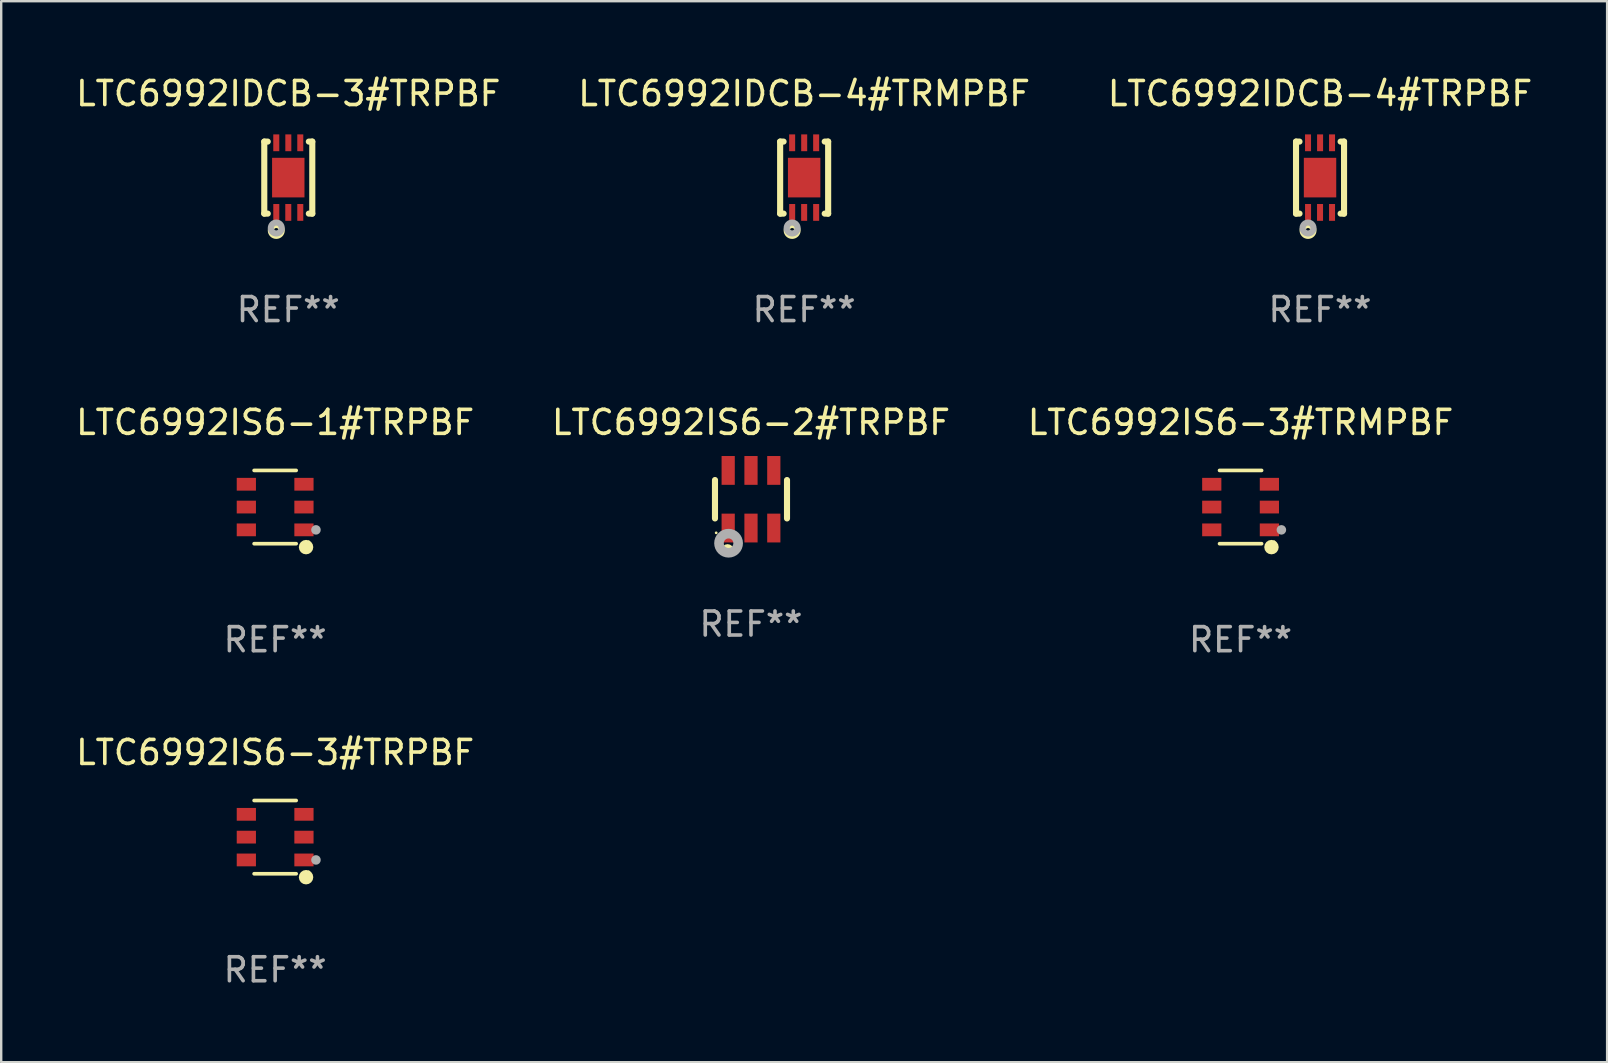
<source format=kicad_pcb>
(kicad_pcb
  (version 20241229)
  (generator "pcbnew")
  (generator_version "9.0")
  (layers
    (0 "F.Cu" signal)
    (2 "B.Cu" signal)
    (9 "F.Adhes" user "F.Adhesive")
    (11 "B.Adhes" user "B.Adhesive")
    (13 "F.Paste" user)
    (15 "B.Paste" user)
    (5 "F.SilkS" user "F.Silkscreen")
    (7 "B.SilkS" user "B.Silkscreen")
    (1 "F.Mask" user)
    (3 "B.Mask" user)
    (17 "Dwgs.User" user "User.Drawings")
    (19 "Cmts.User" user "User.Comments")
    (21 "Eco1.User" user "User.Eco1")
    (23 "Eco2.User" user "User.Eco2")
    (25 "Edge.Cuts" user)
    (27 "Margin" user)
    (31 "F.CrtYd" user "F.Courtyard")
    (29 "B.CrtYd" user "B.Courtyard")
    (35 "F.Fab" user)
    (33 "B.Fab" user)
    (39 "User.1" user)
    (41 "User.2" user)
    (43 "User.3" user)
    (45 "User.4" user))
  (footprint "LTC6992IS6-2#TRPBF"
    (layer "F.Cu")
    (at 28.232 17.745)
    (property "Reference" "LTC6992IS6-2#TRPBF" (at 0 -3.2 0) (layer "F.SilkS") (effects (font (size 1 1) (thickness 0.15))))
    (attr through_hole)
    (fp_line (start -1.5 0.8) (end -1.5 -0.8) (stroke (width 0.254) (type solid)) (layer "F.SilkS"))
    (fp_line (start 1.5 -0.8) (end 1.5 0.8) (stroke (width 0.254) (type solid)) (layer "F.SilkS"))
    (fp_circle (center -1.45 1.4) (end -1.42 1.4) (stroke (width 0.06) (type solid)) (fill no) (layer "F.SilkS"))
    (fp_circle (center -0.975 2.125) (end -0.848 2.125) (stroke (width 0.254) (type solid)) (fill no) (layer "F.SilkS"))
    (fp_circle (center -0.934 1.832) (end -0.735 1.832) (stroke (width 0.4) (type solid)) (fill no) (layer "F.Fab"))
    (fp_text user "REF**" (at 0 5.2 0) (layer "F.Fab") (effects (font (size 1 1) (thickness 0.15))))
    (pad "1" smd rect (at -0.95 1.2) (size 0.55 1.2) (layers "F.Cu" "F.Mask" "F.Paste"))
    (pad "2" smd rect (at 0 1.2) (size 0.55 1.2) (layers "F.Cu" "F.Mask" "F.Paste"))
    (pad "3" smd rect (at 0.95 1.2) (size 0.55 1.2) (layers "F.Cu" "F.Mask" "F.Paste"))
    (pad "4" smd rect (at 0.95 -1.2) (size 0.55 1.2) (layers "F.Cu" "F.Mask" "F.Paste"))
    (pad "5" smd rect (at 0 -1.2) (size 0.55 1.2) (layers "F.Cu" "F.Mask" "F.Paste"))
    (pad "6" smd rect (at -0.95 -1.2) (size 0.55 1.2) (layers "F.Cu" "F.Mask" "F.Paste")))
  (footprint "LTC6992IDCB-4#TRMPBF"
    (layer "F.Cu")
    (at 30.446 4.348)
    (property "Reference" "LTC6992IDCB-4#TRMPBF" (at 0 -3.5 0) (layer "F.SilkS") (effects (font (size 1 1) (thickness 0.15))))
    (attr through_hole)
    (fp_line (start -1 1.5) (end -1 -1.5) (stroke (width 0.254) (type solid)) (layer "F.SilkS"))
    (fp_line (start -0.856 -1.5) (end -1 -1.5) (stroke (width 0.254) (type solid)) (layer "F.SilkS"))
    (fp_line (start -0.855 1.5) (end -1 1.5) (stroke (width 0.254) (type solid)) (layer "F.SilkS"))
    (fp_line (start 1 -1.5) (end 0.856 -1.5) (stroke (width 0.254) (type solid)) (layer "F.SilkS"))
    (fp_line (start 1 1.5) (end 0.856 1.5) (stroke (width 0.254) (type solid)) (layer "F.SilkS"))
    (fp_line (start 1 1.5) (end 1 -1.5) (stroke (width 0.254) (type solid)) (layer "F.SilkS"))
    (fp_circle (center -1 1.5) (end -0.97 1.5) (stroke (width 0.06) (type solid)) (fill no) (layer "F.SilkS"))
    (fp_circle (center -0.5 2.2) (end -0.4 2.2) (stroke (width 0.254) (type solid)) (fill no) (layer "F.SilkS"))
    (fp_circle (center -0.5 2.1) (end -0.4 2.1) (stroke (width 0.254) (type solid)) (fill no) (layer "F.Fab"))
    (fp_text user "REF**" (at 0 5.5 0) (layer "F.Fab") (effects (font (size 1 1) (thickness 0.15))))
    (pad "1" smd rect (at -0.499 1.45 180) (size 0.25 0.7) (layers "F.Cu" "F.Mask" "F.Paste"))
    (pad "2" smd rect (at 0.000025 1.45 180) (size 0.25 0.7) (layers "F.Cu" "F.Mask" "F.Paste"))
    (pad "3" smd rect (at 0.5 1.45 180) (size 0.25 0.7) (layers "F.Cu" "F.Mask" "F.Paste"))
    (pad "4" smd rect (at 0.5 -1.45 180) (size 0.25 0.7) (layers "F.Cu" "F.Mask" "F.Paste"))
    (pad "5" smd rect (at 0.002 -1.45 180) (size 0.25 0.7) (layers "F.Cu" "F.Mask" "F.Paste"))
    (pad "6" smd rect (at -0.5 -1.45 180) (size 0.25 0.7) (layers "F.Cu" "F.Mask" "F.Paste"))
    (pad "7" smd rect (at 0.000025 0.000038 180) (size 1.35 1.65) (layers "F.Cu" "F.Mask" "F.Paste")))
  (footprint "LTC6992IS6-3#TRPBF"
    (layer "F.Cu")
    (at 8.411 31.82)
    (property "Reference" "LTC6992IS6-3#TRPBF" (at 0 -3.526 0) (layer "F.SilkS") (effects (font (size 1 1) (thickness 0.15))))
    (attr through_hole)
    (fp_line (start 0.876 -1.526) (end -0.876 -1.526) (stroke (width 0.152) (type solid)) (layer "F.SilkS"))
    (fp_line (start 0.876 1.526) (end -0.876 1.526) (stroke (width 0.152) (type solid)) (layer "F.SilkS"))
    (fp_circle (center 1.287 1.669) (end 1.438 1.669) (stroke (width 0.3) (type solid)) (fill no) (layer "F.SilkS"))
    (fp_circle (center 1.4 1.45) (end 1.43 1.45) (stroke (width 0.06) (type solid)) (fill no) (layer "F.SilkS"))
    (fp_circle (center 1.7 0.95) (end 1.8 0.95) (stroke (width 0.2) (type solid)) (fill no) (layer "F.Fab"))
    (fp_text user "REF**" (at 0 5.526 0) (layer "F.Fab") (effects (font (size 1 1) (thickness 0.15))))
    (pad "1" smd rect (at 1.2 0.95) (size 0.8 0.532) (layers "F.Cu" "F.Mask" "F.Paste"))
    (pad "2" smd rect (at 1.2 0) (size 0.8 0.532) (layers "F.Cu" "F.Mask" "F.Paste"))
    (pad "3" smd rect (at 1.2 -0.95) (size 0.8 0.532) (layers "F.Cu" "F.Mask" "F.Paste"))
    (pad "4" smd rect (at -1.2 -0.95) (size 0.8 0.532) (layers "F.Cu" "F.Mask" "F.Paste"))
    (pad "5" smd rect (at -1.2 0) (size 0.8 0.532) (layers "F.Cu" "F.Mask" "F.Paste"))
    (pad "6" smd rect (at -1.2 0.95) (size 0.8 0.532) (layers "F.Cu" "F.Mask" "F.Paste")))
  (footprint "LTC6992IS6-1#TRPBF"
    (layer "F.Cu")
    (at 8.411 18.071)
    (property "Reference" "LTC6992IS6-1#TRPBF" (at 0 -3.526 0) (layer "F.SilkS") (effects (font (size 1 1) (thickness 0.15))))
    (attr through_hole)
    (fp_line (start 0.876 -1.526) (end -0.876 -1.526) (stroke (width 0.152) (type solid)) (layer "F.SilkS"))
    (fp_line (start 0.876 1.526) (end -0.876 1.526) (stroke (width 0.152) (type solid)) (layer "F.SilkS"))
    (fp_circle (center 1.287 1.669) (end 1.438 1.669) (stroke (width 0.3) (type solid)) (fill no) (layer "F.SilkS"))
    (fp_circle (center 1.4 1.45) (end 1.43 1.45) (stroke (width 0.06) (type solid)) (fill no) (layer "F.SilkS"))
    (fp_circle (center 1.7 0.95) (end 1.8 0.95) (stroke (width 0.2) (type solid)) (fill no) (layer "F.Fab"))
    (fp_text user "REF**" (at 0 5.526 0) (layer "F.Fab") (effects (font (size 1 1) (thickness 0.15))))
    (pad "1" smd rect (at 1.2 0.95) (size 0.8 0.532) (layers "F.Cu" "F.Mask" "F.Paste"))
    (pad "2" smd rect (at 1.2 0) (size 0.8 0.532) (layers "F.Cu" "F.Mask" "F.Paste"))
    (pad "3" smd rect (at 1.2 -0.95) (size 0.8 0.532) (layers "F.Cu" "F.Mask" "F.Paste"))
    (pad "4" smd rect (at -1.2 -0.95) (size 0.8 0.532) (layers "F.Cu" "F.Mask" "F.Paste"))
    (pad "5" smd rect (at -1.2 0) (size 0.8 0.532) (layers "F.Cu" "F.Mask" "F.Paste"))
    (pad "6" smd rect (at -1.2 0.95) (size 0.8 0.532) (layers "F.Cu" "F.Mask" "F.Paste")))
  (footprint "LTC6992IDCB-4#TRPBF"
    (layer "F.Cu")
    (at 51.935 4.348)
    (property "Reference" "LTC6992IDCB-4#TRPBF" (at 0 -3.5 0) (layer "F.SilkS") (effects (font (size 1 1) (thickness 0.15))))
    (attr through_hole)
    (fp_line (start -1 1.5) (end -1 -1.5) (stroke (width 0.254) (type solid)) (layer "F.SilkS"))
    (fp_line (start -0.856 -1.5) (end -1 -1.5) (stroke (width 0.254) (type solid)) (layer "F.SilkS"))
    (fp_line (start -0.855 1.5) (end -1 1.5) (stroke (width 0.254) (type solid)) (layer "F.SilkS"))
    (fp_line (start 1 -1.5) (end 0.856 -1.5) (stroke (width 0.254) (type solid)) (layer "F.SilkS"))
    (fp_line (start 1 1.5) (end 0.856 1.5) (stroke (width 0.254) (type solid)) (layer "F.SilkS"))
    (fp_line (start 1 1.5) (end 1 -1.5) (stroke (width 0.254) (type solid)) (layer "F.SilkS"))
    (fp_circle (center -1 1.5) (end -0.97 1.5) (stroke (width 0.06) (type solid)) (fill no) (layer "F.SilkS"))
    (fp_circle (center -0.5 2.2) (end -0.4 2.2) (stroke (width 0.254) (type solid)) (fill no) (layer "F.SilkS"))
    (fp_circle (center -0.5 2.1) (end -0.4 2.1) (stroke (width 0.254) (type solid)) (fill no) (layer "F.Fab"))
    (fp_text user "REF**" (at 0 5.5 0) (layer "F.Fab") (effects (font (size 1 1) (thickness 0.15))))
    (pad "1" smd rect (at -0.499 1.45 180) (size 0.25 0.7) (layers "F.Cu" "F.Mask" "F.Paste"))
    (pad "2" smd rect (at 0.000025 1.45 180) (size 0.25 0.7) (layers "F.Cu" "F.Mask" "F.Paste"))
    (pad "3" smd rect (at 0.5 1.45 180) (size 0.25 0.7) (layers "F.Cu" "F.Mask" "F.Paste"))
    (pad "4" smd rect (at 0.5 -1.45 180) (size 0.25 0.7) (layers "F.Cu" "F.Mask" "F.Paste"))
    (pad "5" smd rect (at 0.002 -1.45 180) (size 0.25 0.7) (layers "F.Cu" "F.Mask" "F.Paste"))
    (pad "6" smd rect (at -0.5 -1.45 180) (size 0.25 0.7) (layers "F.Cu" "F.Mask" "F.Paste"))
    (pad "7" smd rect (at 0.000025 0.000038 180) (size 1.35 1.65) (layers "F.Cu" "F.Mask" "F.Paste")))
  (footprint "LTC6992IS6-3#TRMPBF"
    (layer "F.Cu")
    (at 48.625 18.071)
    (property "Reference" "LTC6992IS6-3#TRMPBF" (at 0 -3.526 0) (layer "F.SilkS") (effects (font (size 1 1) (thickness 0.15))))
    (attr through_hole)
    (fp_line (start 0.876 -1.526) (end -0.876 -1.526) (stroke (width 0.152) (type solid)) (layer "F.SilkS"))
    (fp_line (start 0.876 1.526) (end -0.876 1.526) (stroke (width 0.152) (type solid)) (layer "F.SilkS"))
    (fp_circle (center 1.287 1.669) (end 1.438 1.669) (stroke (width 0.3) (type solid)) (fill no) (layer "F.SilkS"))
    (fp_circle (center 1.4 1.45) (end 1.43 1.45) (stroke (width 0.06) (type solid)) (fill no) (layer "F.SilkS"))
    (fp_circle (center 1.7 0.95) (end 1.8 0.95) (stroke (width 0.2) (type solid)) (fill no) (layer "F.Fab"))
    (fp_text user "REF**" (at 0 5.526 0) (layer "F.Fab") (effects (font (size 1 1) (thickness 0.15))))
    (pad "1" smd rect (at 1.2 0.95) (size 0.8 0.532) (layers "F.Cu" "F.Mask" "F.Paste"))
    (pad "2" smd rect (at 1.2 0) (size 0.8 0.532) (layers "F.Cu" "F.Mask" "F.Paste"))
    (pad "3" smd rect (at 1.2 -0.95) (size 0.8 0.532) (layers "F.Cu" "F.Mask" "F.Paste"))
    (pad "4" smd rect (at -1.2 -0.95) (size 0.8 0.532) (layers "F.Cu" "F.Mask" "F.Paste"))
    (pad "5" smd rect (at -1.2 0) (size 0.8 0.532) (layers "F.Cu" "F.Mask" "F.Paste"))
    (pad "6" smd rect (at -1.2 0.95) (size 0.8 0.532) (layers "F.Cu" "F.Mask" "F.Paste")))
  (footprint "LTC6992IDCB-3#TRPBF"
    (layer "F.Cu")
    (at 8.958 4.348)
    (property "Reference" "LTC6992IDCB-3#TRPBF" (at 0 -3.5 0) (layer "F.SilkS") (effects (font (size 1 1) (thickness 0.15))))
    (attr through_hole)
    (fp_line (start -1 1.5) (end -1 -1.5) (stroke (width 0.254) (type solid)) (layer "F.SilkS"))
    (fp_line (start -0.856 -1.5) (end -1 -1.5) (stroke (width 0.254) (type solid)) (layer "F.SilkS"))
    (fp_line (start -0.855 1.5) (end -1 1.5) (stroke (width 0.254) (type solid)) (layer "F.SilkS"))
    (fp_line (start 1 -1.5) (end 0.856 -1.5) (stroke (width 0.254) (type solid)) (layer "F.SilkS"))
    (fp_line (start 1 1.5) (end 0.856 1.5) (stroke (width 0.254) (type solid)) (layer "F.SilkS"))
    (fp_line (start 1 1.5) (end 1 -1.5) (stroke (width 0.254) (type solid)) (layer "F.SilkS"))
    (fp_circle (center -1 1.5) (end -0.97 1.5) (stroke (width 0.06) (type solid)) (fill no) (layer "F.SilkS"))
    (fp_circle (center -0.5 2.2) (end -0.4 2.2) (stroke (width 0.254) (type solid)) (fill no) (layer "F.SilkS"))
    (fp_circle (center -0.5 2.1) (end -0.4 2.1) (stroke (width 0.254) (type solid)) (fill no) (layer "F.Fab"))
    (fp_text user "REF**" (at 0 5.5 0) (layer "F.Fab") (effects (font (size 1 1) (thickness 0.15))))
    (pad "1" smd rect (at -0.499 1.45 180) (size 0.25 0.7) (layers "F.Cu" "F.Mask" "F.Paste"))
    (pad "2" smd rect (at 0.000025 1.45 180) (size 0.25 0.7) (layers "F.Cu" "F.Mask" "F.Paste"))
    (pad "3" smd rect (at 0.5 1.45 180) (size 0.25 0.7) (layers "F.Cu" "F.Mask" "F.Paste"))
    (pad "4" smd rect (at 0.5 -1.45 180) (size 0.25 0.7) (layers "F.Cu" "F.Mask" "F.Paste"))
    (pad "5" smd rect (at 0.002 -1.45 180) (size 0.25 0.7) (layers "F.Cu" "F.Mask" "F.Paste"))
    (pad "6" smd rect (at -0.5 -1.45 180) (size 0.25 0.7) (layers "F.Cu" "F.Mask" "F.Paste"))
    (pad "7" smd rect (at 0.000025 0.000038 180) (size 1.35 1.65) (layers "F.Cu" "F.Mask" "F.Paste")))
  (gr_rect
    (start -3 -3)
    (end 63.893 41.194)
    (stroke (width 0.1) (type default))
    (fill no)
    (layer "Edge.Cuts")))
</source>
